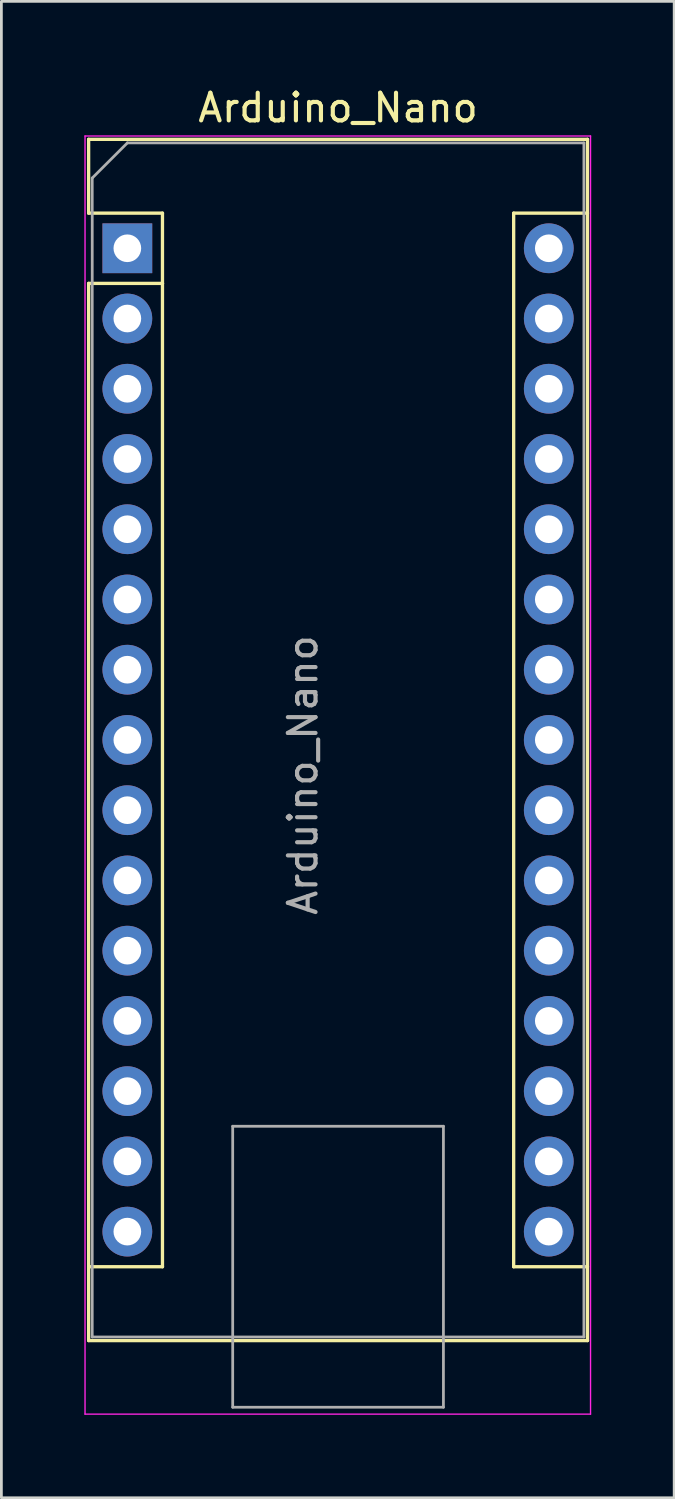
<source format=kicad_pcb>
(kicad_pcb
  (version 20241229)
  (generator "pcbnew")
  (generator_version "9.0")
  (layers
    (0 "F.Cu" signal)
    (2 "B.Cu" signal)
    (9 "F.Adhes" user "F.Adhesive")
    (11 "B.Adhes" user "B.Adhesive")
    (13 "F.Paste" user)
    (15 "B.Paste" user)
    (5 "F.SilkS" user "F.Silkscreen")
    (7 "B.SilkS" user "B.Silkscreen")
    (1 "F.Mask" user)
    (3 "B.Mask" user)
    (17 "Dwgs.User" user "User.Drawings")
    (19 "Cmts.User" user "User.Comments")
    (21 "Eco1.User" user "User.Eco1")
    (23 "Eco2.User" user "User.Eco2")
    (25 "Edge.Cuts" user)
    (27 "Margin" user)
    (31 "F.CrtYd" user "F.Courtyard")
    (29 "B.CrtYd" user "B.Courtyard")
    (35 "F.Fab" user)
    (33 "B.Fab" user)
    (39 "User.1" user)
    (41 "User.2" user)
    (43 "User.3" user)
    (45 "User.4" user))
  (footprint "Arduino_Nano"
    (layer "F.Cu")
    (at 1.555 5.928)
    (property "Reference" "Arduino_Nano" (at 7.62 -5.08 180) (layer "F.SilkS") (effects (font (size 1 1) (thickness 0.15))))
    (attr through_hole)
    (fp_line (start -1.4 -3.94) (end -1.4 -1.27) (stroke (width 0.12) (type solid)) (layer "F.SilkS"))
    (fp_line (start -1.4 1.27) (end -1.4 39.5) (stroke (width 0.12) (type solid)) (layer "F.SilkS"))
    (fp_line (start -1.4 39.5) (end 16.64 39.5) (stroke (width 0.12) (type solid)) (layer "F.SilkS"))
    (fp_line (start 1.27 -1.27) (end -1.4 -1.27) (stroke (width 0.12) (type solid)) (layer "F.SilkS"))
    (fp_line (start 1.27 1.27) (end -1.4 1.27) (stroke (width 0.12) (type solid)) (layer "F.SilkS"))
    (fp_line (start 1.27 1.27) (end 1.27 -1.27) (stroke (width 0.12) (type solid)) (layer "F.SilkS"))
    (fp_line (start 1.27 1.27) (end 1.27 36.83) (stroke (width 0.12) (type solid)) (layer "F.SilkS"))
    (fp_line (start 1.27 36.83) (end -1.4 36.83) (stroke (width 0.12) (type solid)) (layer "F.SilkS"))
    (fp_line (start 13.97 -1.27) (end 13.97 36.83) (stroke (width 0.12) (type solid)) (layer "F.SilkS"))
    (fp_line (start 13.97 -1.27) (end 16.64 -1.27) (stroke (width 0.12) (type solid)) (layer "F.SilkS"))
    (fp_line (start 13.97 36.83) (end 16.64 36.83) (stroke (width 0.12) (type solid)) (layer "F.SilkS"))
    (fp_line (start 16.64 -3.94) (end -1.4 -3.94) (stroke (width 0.12) (type solid)) (layer "F.SilkS"))
    (fp_line (start 16.64 39.5) (end 16.64 -3.94) (stroke (width 0.12) (type solid)) (layer "F.SilkS"))
    (fp_line (start -1.53 -4.06) (end -1.53 42.16) (stroke (width 0.05) (type solid)) (layer "F.CrtYd"))
    (fp_line (start -1.53 -4.06) (end 16.75 -4.06) (stroke (width 0.05) (type solid)) (layer "F.CrtYd"))
    (fp_line (start 16.75 42.16) (end -1.53 42.16) (stroke (width 0.05) (type solid)) (layer "F.CrtYd"))
    (fp_line (start 16.75 42.16) (end 16.75 -4.06) (stroke (width 0.05) (type solid)) (layer "F.CrtYd"))
    (fp_line (start -1.27 -2.54) (end 0 -3.81) (stroke (width 0.1) (type solid)) (layer "F.Fab"))
    (fp_line (start -1.27 39.37) (end -1.27 -2.54) (stroke (width 0.1) (type solid)) (layer "F.Fab"))
    (fp_line (start 0 -3.81) (end 16.51 -3.81) (stroke (width 0.1) (type solid)) (layer "F.Fab"))
    (fp_line (start 3.81 31.75) (end 11.43 31.75) (stroke (width 0.1) (type solid)) (layer "F.Fab"))
    (fp_line (start 3.81 41.91) (end 3.81 31.75) (stroke (width 0.1) (type solid)) (layer "F.Fab"))
    (fp_line (start 11.43 31.75) (end 11.43 41.91) (stroke (width 0.1) (type solid)) (layer "F.Fab"))
    (fp_line (start 11.43 41.91) (end 3.81 41.91) (stroke (width 0.1) (type solid)) (layer "F.Fab"))
    (fp_line (start 16.51 -3.81) (end 16.51 39.37) (stroke (width 0.1) (type solid)) (layer "F.Fab"))
    (fp_line (start 16.51 39.37) (end -1.27 39.37) (stroke (width 0.1) (type solid)) (layer "F.Fab"))
    (fp_text user "${REFERENCE}" (at 6.35 19.05 90) (layer "F.Fab") (effects (font (size 1 1) (thickness 0.15))))
    (pad "1" thru_hole rect (at 0 0) (size 1.8 1.8) (drill 1) (layers "*.Cu" "*.Mask"))
    (pad "2" thru_hole oval (at 0 2.54) (size 1.8 1.8) (drill 1) (layers "*.Cu" "*.Mask"))
    (pad "3" thru_hole oval (at 0 5.08) (size 1.8 1.8) (drill 1) (layers "*.Cu" "*.Mask"))
    (pad "4" thru_hole oval (at 0 7.62) (size 1.8 1.8) (drill 1) (layers "*.Cu" "*.Mask"))
    (pad "5" thru_hole oval (at 0 10.16) (size 1.8 1.8) (drill 1) (layers "*.Cu" "*.Mask"))
    (pad "6" thru_hole oval (at 0 12.7) (size 1.8 1.8) (drill 1) (layers "*.Cu" "*.Mask"))
    (pad "7" thru_hole oval (at 0 15.24) (size 1.8 1.8) (drill 1) (layers "*.Cu" "*.Mask"))
    (pad "8" thru_hole oval (at 0 17.78) (size 1.8 1.8) (drill 1) (layers "*.Cu" "*.Mask"))
    (pad "9" thru_hole oval (at 0 20.32) (size 1.8 1.8) (drill 1) (layers "*.Cu" "*.Mask"))
    (pad "10" thru_hole oval (at 0 22.86) (size 1.8 1.8) (drill 1) (layers "*.Cu" "*.Mask"))
    (pad "11" thru_hole oval (at 0 25.4) (size 1.8 1.8) (drill 1) (layers "*.Cu" "*.Mask"))
    (pad "12" thru_hole oval (at 0 27.94) (size 1.8 1.8) (drill 1) (layers "*.Cu" "*.Mask"))
    (pad "13" thru_hole oval (at 0 30.48) (size 1.8 1.8) (drill 1) (layers "*.Cu" "*.Mask"))
    (pad "14" thru_hole oval (at 0 33.02) (size 1.8 1.8) (drill 1) (layers "*.Cu" "*.Mask"))
    (pad "15" thru_hole oval (at 0 35.56) (size 1.8 1.8) (drill 1) (layers "*.Cu" "*.Mask"))
    (pad "16" thru_hole oval (at 15.24 35.56) (size 1.8 1.8) (drill 1) (layers "*.Cu" "*.Mask"))
    (pad "17" thru_hole oval (at 15.24 33.02) (size 1.8 1.8) (drill 1) (layers "*.Cu" "*.Mask"))
    (pad "18" thru_hole oval (at 15.24 30.48) (size 1.8 1.8) (drill 1) (layers "*.Cu" "*.Mask"))
    (pad "19" thru_hole oval (at 15.24 27.94) (size 1.8 1.8) (drill 1) (layers "*.Cu" "*.Mask"))
    (pad "20" thru_hole oval (at 15.24 25.4) (size 1.8 1.8) (drill 1) (layers "*.Cu" "*.Mask"))
    (pad "21" thru_hole oval (at 15.24 22.86) (size 1.8 1.8) (drill 1) (layers "*.Cu" "*.Mask"))
    (pad "22" thru_hole oval (at 15.24 20.32) (size 1.8 1.8) (drill 1) (layers "*.Cu" "*.Mask"))
    (pad "23" thru_hole oval (at 15.24 17.78) (size 1.8 1.8) (drill 1) (layers "*.Cu" "*.Mask"))
    (pad "24" thru_hole oval (at 15.24 15.24) (size 1.8 1.8) (drill 1) (layers "*.Cu" "*.Mask"))
    (pad "25" thru_hole oval (at 15.24 12.7) (size 1.8 1.8) (drill 1) (layers "*.Cu" "*.Mask"))
    (pad "26" thru_hole oval (at 15.24 10.16) (size 1.8 1.8) (drill 1) (layers "*.Cu" "*.Mask"))
    (pad "27" thru_hole oval (at 15.24 7.62) (size 1.8 1.8) (drill 1) (layers "*.Cu" "*.Mask"))
    (pad "28" thru_hole oval (at 15.24 5.08) (size 1.8 1.8) (drill 1) (layers "*.Cu" "*.Mask"))
    (pad "29" thru_hole oval (at 15.24 2.54) (size 1.8 1.8) (drill 1) (layers "*.Cu" "*.Mask"))
    (pad "30" thru_hole oval (at 15.24 0) (size 1.8 1.8) (drill 1) (layers "*.Cu" "*.Mask")))
  (gr_rect
    (start -3 -3)
    (end 21.33 51.113)
    (stroke (width 0.1) (type default))
    (fill no)
    (layer "Edge.Cuts")))
</source>
